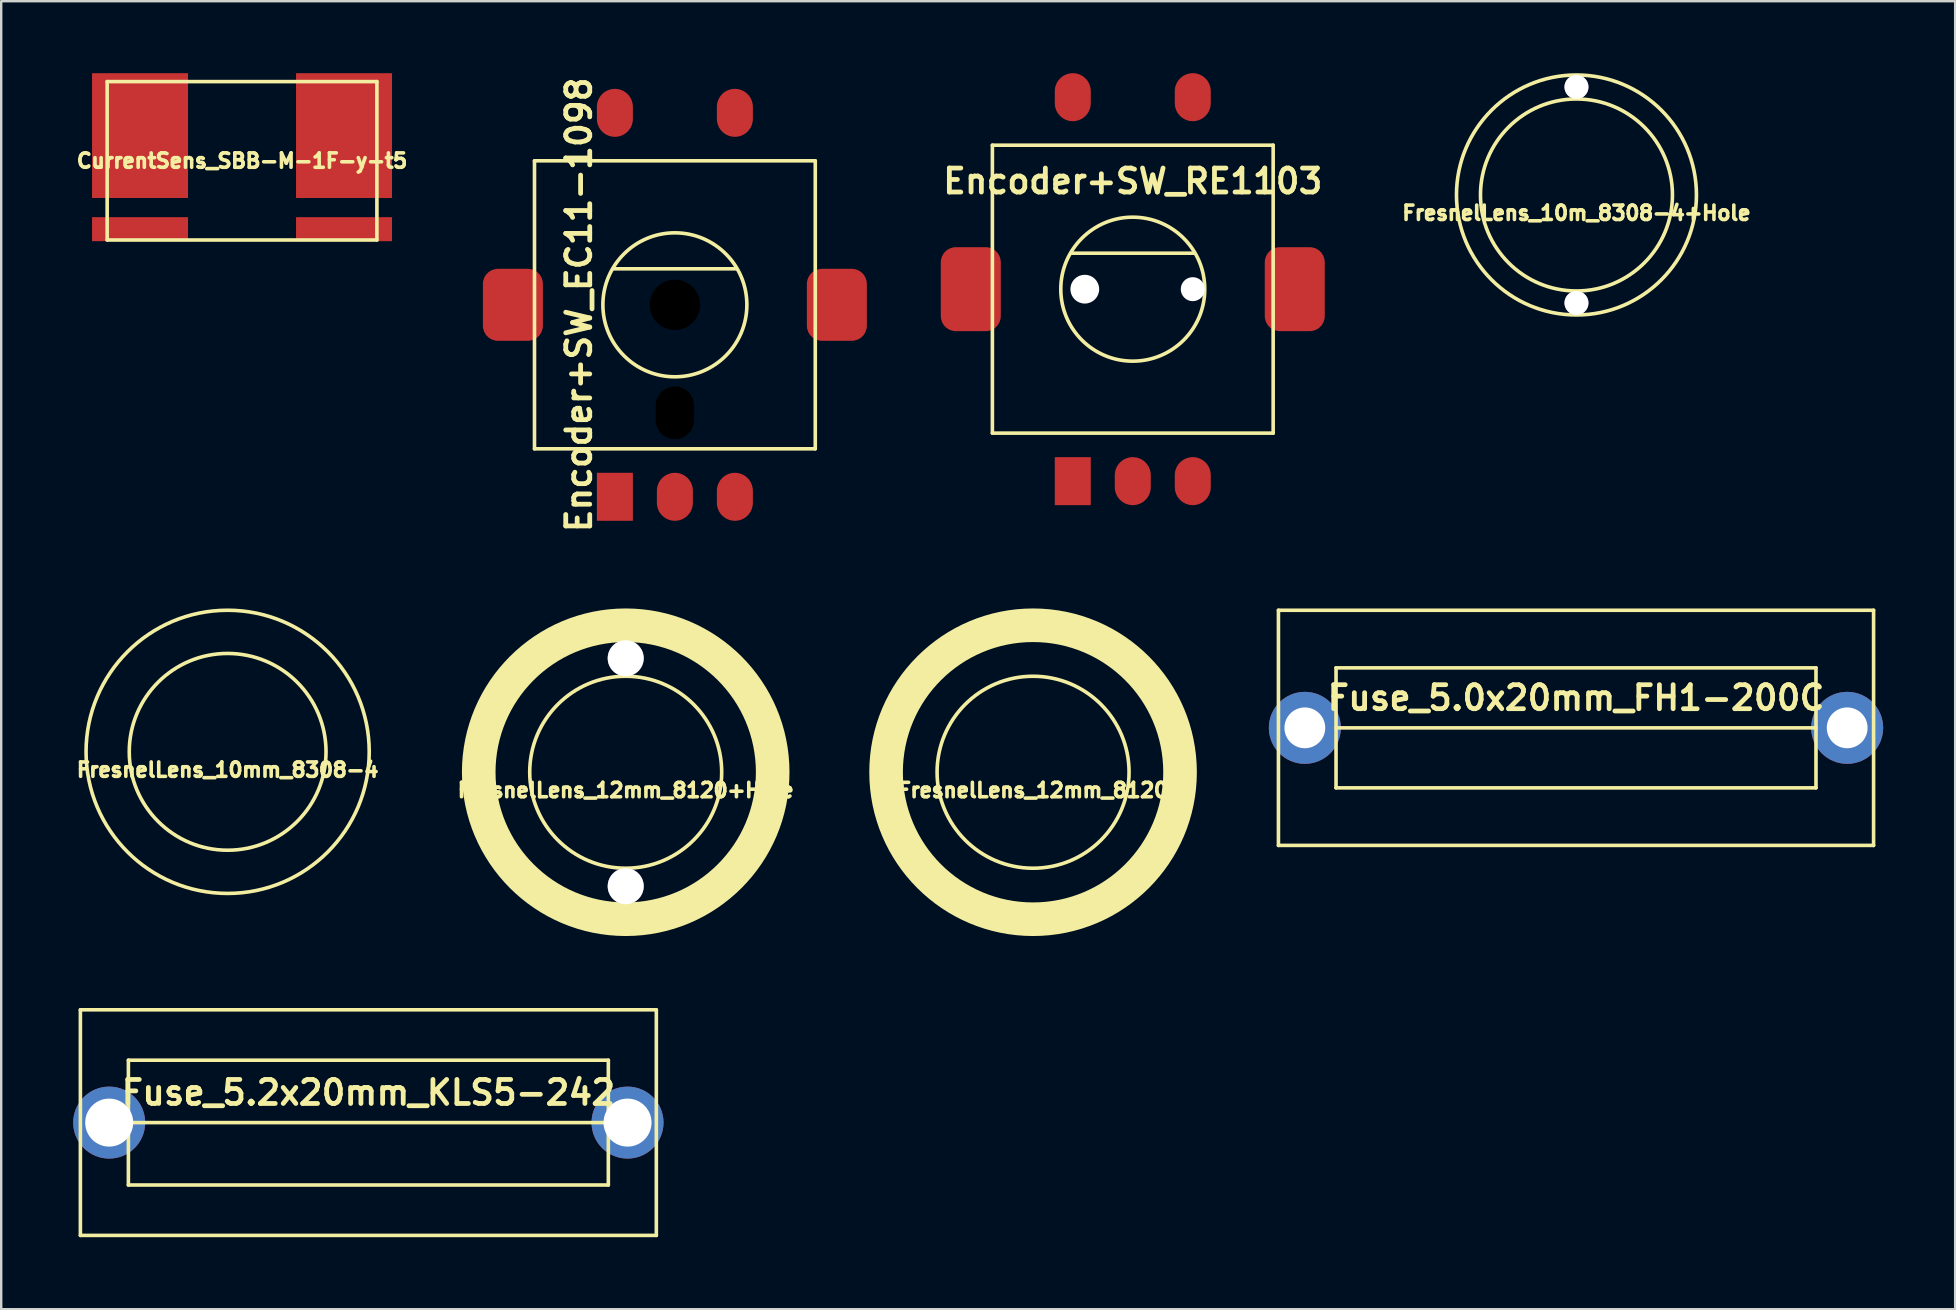
<source format=kicad_pcb>
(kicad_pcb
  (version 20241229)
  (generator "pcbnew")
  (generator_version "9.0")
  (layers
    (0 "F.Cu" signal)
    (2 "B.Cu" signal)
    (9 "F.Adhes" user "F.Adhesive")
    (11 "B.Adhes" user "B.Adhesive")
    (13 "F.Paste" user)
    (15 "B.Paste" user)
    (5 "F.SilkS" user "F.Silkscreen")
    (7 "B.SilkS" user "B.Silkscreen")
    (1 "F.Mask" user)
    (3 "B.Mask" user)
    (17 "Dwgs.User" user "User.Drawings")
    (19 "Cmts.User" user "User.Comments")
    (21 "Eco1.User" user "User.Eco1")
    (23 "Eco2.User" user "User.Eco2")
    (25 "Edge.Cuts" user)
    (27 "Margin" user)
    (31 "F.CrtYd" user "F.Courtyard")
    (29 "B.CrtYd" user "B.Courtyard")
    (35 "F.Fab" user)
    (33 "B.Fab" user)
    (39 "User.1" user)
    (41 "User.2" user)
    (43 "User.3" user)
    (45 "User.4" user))
  (footprint "Encoder+SW_RE1103"
    (layer "F.Cu")
    (at 44.154 9)
    (property "Reference" "Encoder+SW_RE1103" (at 0 -4.5 180) (layer "F.SilkS") (effects (font (size 1 1) (thickness 0.2))))
    (attr through_hole)
    (fp_line (start -5.85 6) (end -5.85 -6) (stroke (width 0.15) (type solid)) (layer "F.SilkS"))
    (fp_line (start 2.55 -1.5) (end -2.55 -1.5) (stroke (width 0.15) (type solid)) (layer "F.SilkS"))
    (fp_line (start 5.85 -6) (end -5.85 -6) (stroke (width 0.15) (type solid)) (layer "F.SilkS"))
    (fp_line (start 5.85 -6) (end 5.85 6) (stroke (width 0.15) (type solid)) (layer "F.SilkS"))
    (fp_line (start 5.85 6) (end -5.85 6) (stroke (width 0.15) (type solid)) (layer "F.SilkS"))
    (fp_circle (center 0 0) (end 3 0) (stroke (width 0.15) (type solid)) (fill no) (layer "F.SilkS"))
    (pad "" np_thru_hole circle (at -2 0) (size 1.2 1.2) (drill 1.2) (layers "*.Cu" "*.Mask"))
    (pad "" np_thru_hole circle (at 2.5 0) (size 1 1) (drill 1) (layers "*.Cu" "*.Mask"))
    (pad "1" smd rect (at -2.5 8) (size 1.5 2) (layers "F.Cu" "F.Mask" "F.Paste"))
    (pad "2" smd oval (at 0 8) (size 1.5 2) (layers "F.Cu" "F.Mask" "F.Paste"))
    (pad "3" smd oval (at 2.5 8) (size 1.5 2) (layers "F.Cu" "F.Mask" "F.Paste"))
    (pad "4" smd oval (at 2.5 -8) (size 1.5 2) (layers "F.Cu" "F.Mask" "F.Paste"))
    (pad "5" smd oval (at -2.5 -8) (size 1.5 2) (layers "F.Cu" "F.Mask" "F.Paste"))
    (pad "H" smd roundrect (at -6.75 0) (size 2.5 3.5) (layers "F.Cu" "F.Mask" "F.Paste") (roundrect_rratio 0.25))
    (pad "H" smd roundrect (at 6.75 0) (size 2.5 3.5) (layers "F.Cu" "F.Mask" "F.Paste") (roundrect_rratio 0.25)))
  (footprint "FresnelLens_10m_8308-4+Hole"
    (layer "F.Cu")
    (at 62.643 5.075)
    (property "Reference" "FresnelLens_10m_8308-4+Hole" (at 0 0.75 0) (layer "F.SilkS") (effects (font (size 0.6 0.6) (thickness 0.15))))
    (attr through_hole)
    (fp_circle (center 0 0) (end 4 0) (stroke (width 0.15) (type solid)) (fill no) (layer "F.SilkS"))
    (fp_circle (center 0 0) (end 5 0) (stroke (width 0.15) (type solid)) (fill no) (layer "F.SilkS"))
    (pad "" thru_hole circle (at 0 -4.5) (size 1 1) (drill 1) (layers "*.Cu" "*.Mask"))
    (pad "" thru_hole circle (at 0 4.5) (size 1 1) (drill 1) (layers "*.Cu" "*.Mask")))
  (footprint "FresnelLens_10mm_8308-4"
    (layer "F.Cu")
    (at 6.436 28.28)
    (property "Reference" "FresnelLens_10mm_8308-4" (at 0 0.75 0) (layer "F.SilkS") (effects (font (size 0.6 0.6) (thickness 0.15))))
    (attr through_hole)
    (fp_circle (center 0 0) (end 4.1 0) (stroke (width 0.15) (type solid)) (fill no) (layer "F.SilkS"))
    (fp_circle (center 0 0) (end 5.9 0) (stroke (width 0.15) (type solid)) (fill no) (layer "F.SilkS")))
  (footprint "FresnelLens_12mm_8120+Hole"
    (layer "F.Cu")
    (at 23.024 29.13)
    (property "Reference" "FresnelLens_12mm_8120+Hole" (at 0 0.75 0) (layer "F.SilkS") (effects (font (size 0.6 0.6) (thickness 0.15))))
    (attr through_hole)
    (fp_circle (center 0 0) (end 4 0) (stroke (width 0.15) (type solid)) (fill no) (layer "F.SilkS"))
    (fp_circle (center 0 0) (end 5.5 0) (stroke (width 0.15) (type solid)) (fill no) (layer "F.SilkS"))
    (fp_circle (center 0 0) (end 6.125 0) (stroke (width 1.2) (type solid)) (fill no) (layer "F.SilkS"))
    (fp_circle (center 0 0) (end 6.75 0) (stroke (width 0.15) (type solid)) (fill no) (layer "F.SilkS"))
    (pad "" thru_hole circle (at 0 -4.75) (size 1.5 1.5) (drill 1.5) (layers "*.Cu" "*.Mask"))
    (pad "" thru_hole circle (at 0 4.75) (size 1.5 1.5) (drill 1.5) (layers "*.Cu" "*.Mask")))
  (footprint "CurrentSens_SBB-M-1F-y-t5"
    (layer "F.Cu")
    (at 7.036 3.65)
    (property "Reference" "CurrentSens_SBB-M-1F-y-t5" (at 0 0 0) (layer "F.SilkS") (effects (font (size 0.6 0.6) (thickness 0.15))))
    (attr smd)
    (fp_line (start -5.62 -3.3) (end 5.62 -3.3) (stroke (width 0.15) (type solid)) (layer "F.SilkS"))
    (fp_line (start -5.62 3.3) (end -5.62 -3.3) (stroke (width 0.15) (type solid)) (layer "F.SilkS"))
    (fp_line (start 5.62 -3.3) (end 5.62 3.3) (stroke (width 0.15) (type solid)) (layer "F.SilkS"))
    (fp_line (start 5.62 3.3) (end -5.62 3.3) (stroke (width 0.15) (type solid)) (layer "F.SilkS"))
    (pad "1" smd rect (at -4.25 -1.05) (size 4 5.2) (layers "F.Cu" "F.Mask" "F.Paste"))
    (pad "2" smd rect (at 4.25 -1.05) (size 4 5.2) (layers "F.Cu" "F.Mask" "F.Paste"))
    (pad "3" smd rect (at -4.25 2.85) (size 4 1) (layers "F.Cu" "F.Mask" "F.Paste"))
    (pad "4" smd rect (at 4.25 2.85) (size 4 1) (layers "F.Cu" "F.Mask" "F.Paste")))
  (footprint "FresnelLens_12mm_8120"
    (layer "F.Cu")
    (at 39.999 29.13)
    (property "Reference" "FresnelLens_12mm_8120" (at 0 0.75 0) (layer "F.SilkS") (effects (font (size 0.6 0.6) (thickness 0.15))))
    (attr through_hole)
    (fp_circle (center 0 0) (end 4 0) (stroke (width 0.15) (type solid)) (fill no) (layer "F.SilkS"))
    (fp_circle (center 0 0) (end 5.5 0) (stroke (width 0.15) (type solid)) (fill no) (layer "F.SilkS"))
    (fp_circle (center 0 0) (end 6.125 0) (stroke (width 1.2) (type solid)) (fill no) (layer "F.SilkS"))
    (fp_circle (center 0 0) (end 6.75 0) (stroke (width 0.15) (type solid)) (fill no) (layer "F.SilkS")))
  (footprint "Fuse_5.2x20mm_KLS5-242"
    (layer "F.Cu")
    (at 12.3 43.73)
    (property "Reference" "Fuse_5.2x20mm_KLS5-242" (at 0 -1.25 0) (layer "F.SilkS") (effects (font (size 1 1) (thickness 0.2))))
    (attr through_hole)
    (fp_line (start -12 -4.7) (end 12 -4.7) (stroke (width 0.15) (type solid)) (layer "F.SilkS"))
    (fp_line (start -12 4.7) (end -12 -4.7) (stroke (width 0.15) (type solid)) (layer "F.SilkS"))
    (fp_line (start -10 -2.6) (end 10 -2.6) (stroke (width 0.15) (type solid)) (layer "F.SilkS"))
    (fp_line (start -10 2.6) (end -10 -2.6) (stroke (width 0.15) (type solid)) (layer "F.SilkS"))
    (fp_line (start 10 0) (end -10 0) (stroke (width 0.15) (type solid)) (layer "F.SilkS"))
    (fp_line (start 10 2.6) (end -10 2.6) (stroke (width 0.15) (type solid)) (layer "F.SilkS"))
    (fp_line (start 10 2.6) (end 10 -2.6) (stroke (width 0.15) (type solid)) (layer "F.SilkS"))
    (fp_line (start 12 -4.7) (end 12 4.7) (stroke (width 0.15) (type solid)) (layer "F.SilkS"))
    (fp_line (start 12 4.7) (end -12 4.7) (stroke (width 0.15) (type solid)) (layer "F.SilkS"))
    (pad "1" thru_hole circle (at -10.8 0) (size 3 3) (drill 2) (layers "*.Cu" "*.Mask"))
    (pad "2" thru_hole circle (at 10.8 0) (size 3 3) (drill 2) (layers "*.Cu" "*.Mask")))
  (footprint "Fuse_5.0x20mm_FH1-200C"
    (layer "F.Cu")
    (at 62.624 27.28)
    (property "Reference" "Fuse_5.0x20mm_FH1-200C" (at 0 -1.25 0) (layer "F.SilkS") (effects (font (size 1 1) (thickness 0.2))))
    (attr through_hole)
    (fp_line (start -12.4 -4.9) (end 12.4 -4.9) (stroke (width 0.15) (type solid)) (layer "F.SilkS"))
    (fp_line (start -12.4 4.9) (end -12.4 -4.9) (stroke (width 0.15) (type solid)) (layer "F.SilkS"))
    (fp_line (start -10 -2.5) (end 10 -2.5) (stroke (width 0.15) (type solid)) (layer "F.SilkS"))
    (fp_line (start -10 2.5) (end -10 -2.5) (stroke (width 0.15) (type solid)) (layer "F.SilkS"))
    (fp_line (start 10 0) (end -10 0) (stroke (width 0.15) (type solid)) (layer "F.SilkS"))
    (fp_line (start 10 2.5) (end -10 2.5) (stroke (width 0.15) (type solid)) (layer "F.SilkS"))
    (fp_line (start 10 2.5) (end 10 -2.5) (stroke (width 0.15) (type solid)) (layer "F.SilkS"))
    (fp_line (start 12.4 -4.9) (end 12.4 4.9) (stroke (width 0.15) (type solid)) (layer "F.SilkS"))
    (fp_line (start 12.4 4.9) (end -12.4 4.9) (stroke (width 0.15) (type solid)) (layer "F.SilkS"))
    (pad "1" thru_hole circle (at -11.3 0) (size 3 3) (drill 1.7) (layers "*.Cu" "*.Mask"))
    (pad "2" thru_hole circle (at 11.3 0) (size 3 3) (drill 1.7) (layers "*.Cu" "*.Mask")))
  (footprint "Encoder+SW_EC11-1098"
    (layer "F.Cu")
    (at 25.073 9.652)
    (property "Reference" "Encoder+SW_EC11-1098" (at -4 0 90) (layer "F.SilkS") (effects (font (size 1 1) (thickness 0.2))))
    (attr through_hole)
    (fp_line (start -5.85 6) (end -5.85 -6) (stroke (width 0.15) (type solid)) (layer "F.SilkS"))
    (fp_line (start 2.55 -1.5) (end -2.55 -1.5) (stroke (width 0.15) (type solid)) (layer "F.SilkS"))
    (fp_line (start 5.85 -6) (end -5.85 -6) (stroke (width 0.15) (type solid)) (layer "F.SilkS"))
    (fp_line (start 5.85 -6) (end 5.85 6) (stroke (width 0.15) (type solid)) (layer "F.SilkS"))
    (fp_line (start 5.85 6) (end -5.85 6) (stroke (width 0.15) (type solid)) (layer "F.SilkS"))
    (fp_circle (center 0 0) (end 3 0) (stroke (width 0.15) (type solid)) (fill no) (layer "F.SilkS"))
    (pad "" np_thru_hole circle (at 0 0) (size 2.5 2.5) (drill 2.1) (layers "*.Mask"))
    (pad "" np_thru_hole oval (at 0 4.5) (size 2 2.6) (drill oval 1.6 2.2) (layers "*.Mask"))
    (pad "1" smd rect (at -2.5 8) (size 1.5 2) (layers "F.Cu" "F.Mask" "F.Paste"))
    (pad "2" smd oval (at 0 8) (size 1.5 2) (layers "F.Cu" "F.Mask" "F.Paste"))
    (pad "3" smd oval (at 2.5 8) (size 1.5 2) (layers "F.Cu" "F.Mask" "F.Paste"))
    (pad "4" smd oval (at 2.5 -8) (size 1.5 2) (layers "F.Cu" "F.Mask" "F.Paste"))
    (pad "5" smd oval (at -2.5 -8) (size 1.5 2) (layers "F.Cu" "F.Mask" "F.Paste"))
    (pad "H" smd roundrect (at -6.75 0) (size 2.5 3) (layers "F.Cu" "F.Mask" "F.Paste") (roundrect_rratio 0.25))
    (pad "H" smd roundrect (at 6.75 0) (size 2.5 3) (layers "F.Cu" "F.Mask" "F.Paste") (roundrect_rratio 0.25)))
  (gr_rect
    (start -3 -3)
    (end 78.424 51.505)
    (stroke (width 0.1) (type default))
    (fill no)
    (layer "Edge.Cuts")))
</source>
